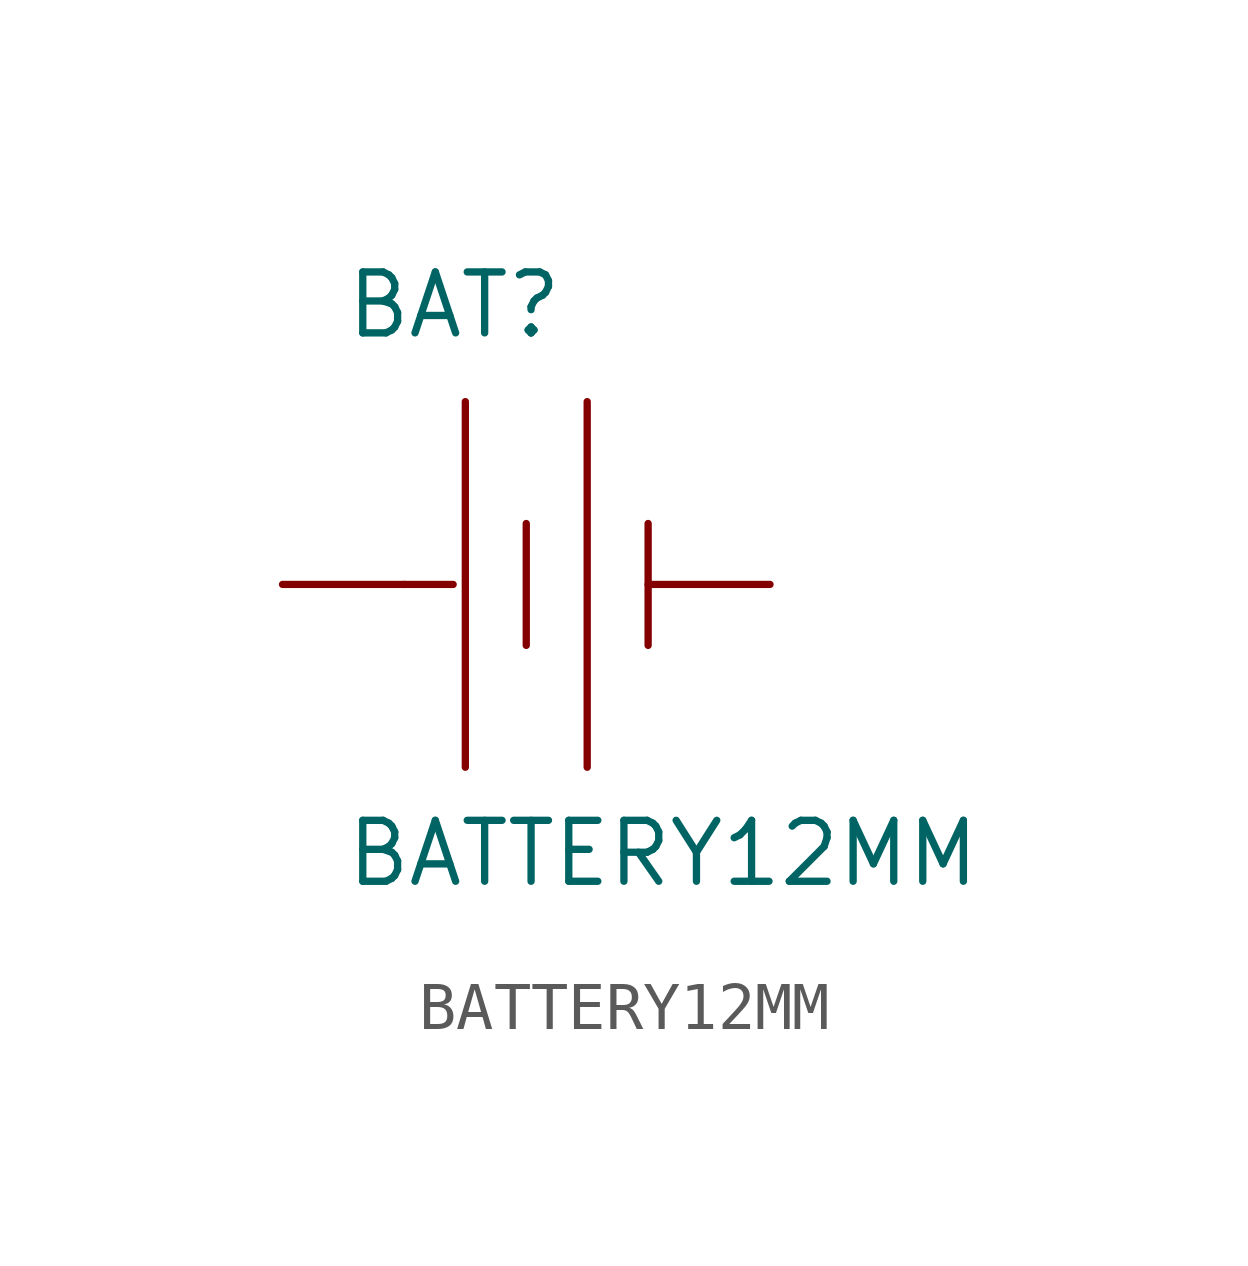
<source format=kicad_sym>
(kicad_symbol_lib
  (version 20220914)
  (generator kicad_symbol_editor)
  (symbol "BATTERY12MM"
    (pin_numbers hide)
    (pin_names
      (offset 1.016) hide)
    (property "Reference" "BAT"
      (at -3.81 5.08 0)
      (effects (font (size 1.27 1.27)) (justify left bottom)))
    (property "Value" "BATTERY12MM"
      (at -3.81 -6.35 0)
      (effects (font (size 1.27 1.27)) (justify left bottom)))
    (property "ki_locked" ""
      (at 0 0 0)
      (effects (font (size 1.27 1.27))))
    (symbol "BATTERY12MM_1_0"
      (polyline (pts (xy -2.54 0) (xy -1.524 0)) (stroke (width 0) (type solid)) (fill (type none)))
      (polyline (pts (xy -1.27 3.81) (xy -1.27 -3.81)) (stroke (width 0) (type solid)) (fill (type none)))
      (polyline (pts (xy 0 1.27) (xy 0 -1.27)) (stroke (width 0) (type solid)) (fill (type none)))
      (polyline (pts (xy 1.27 3.81) (xy 1.27 -3.81)) (stroke (width 0) (type solid)) (fill (type none)))
      (polyline (pts (xy 2.54 1.27) (xy 2.54 -1.27)) (stroke (width 0) (type solid)) (fill (type none))))
    (symbol "BATTERY12MM_1_1"
      (pin power_in line (at 5.08 0 180) (length 2.54) (name "-" (effects (font (size 1.016 1.016)))) (number "GND" (effects (font (size 1.016 1.016)))))
      (pin power_in line (at -5.08 0 0) (length 2.54) (name "+" (effects (font (size 1.016 1.016)))) (number "PWR@1" (effects (font (size 1.016 1.016))))))))
</source>
